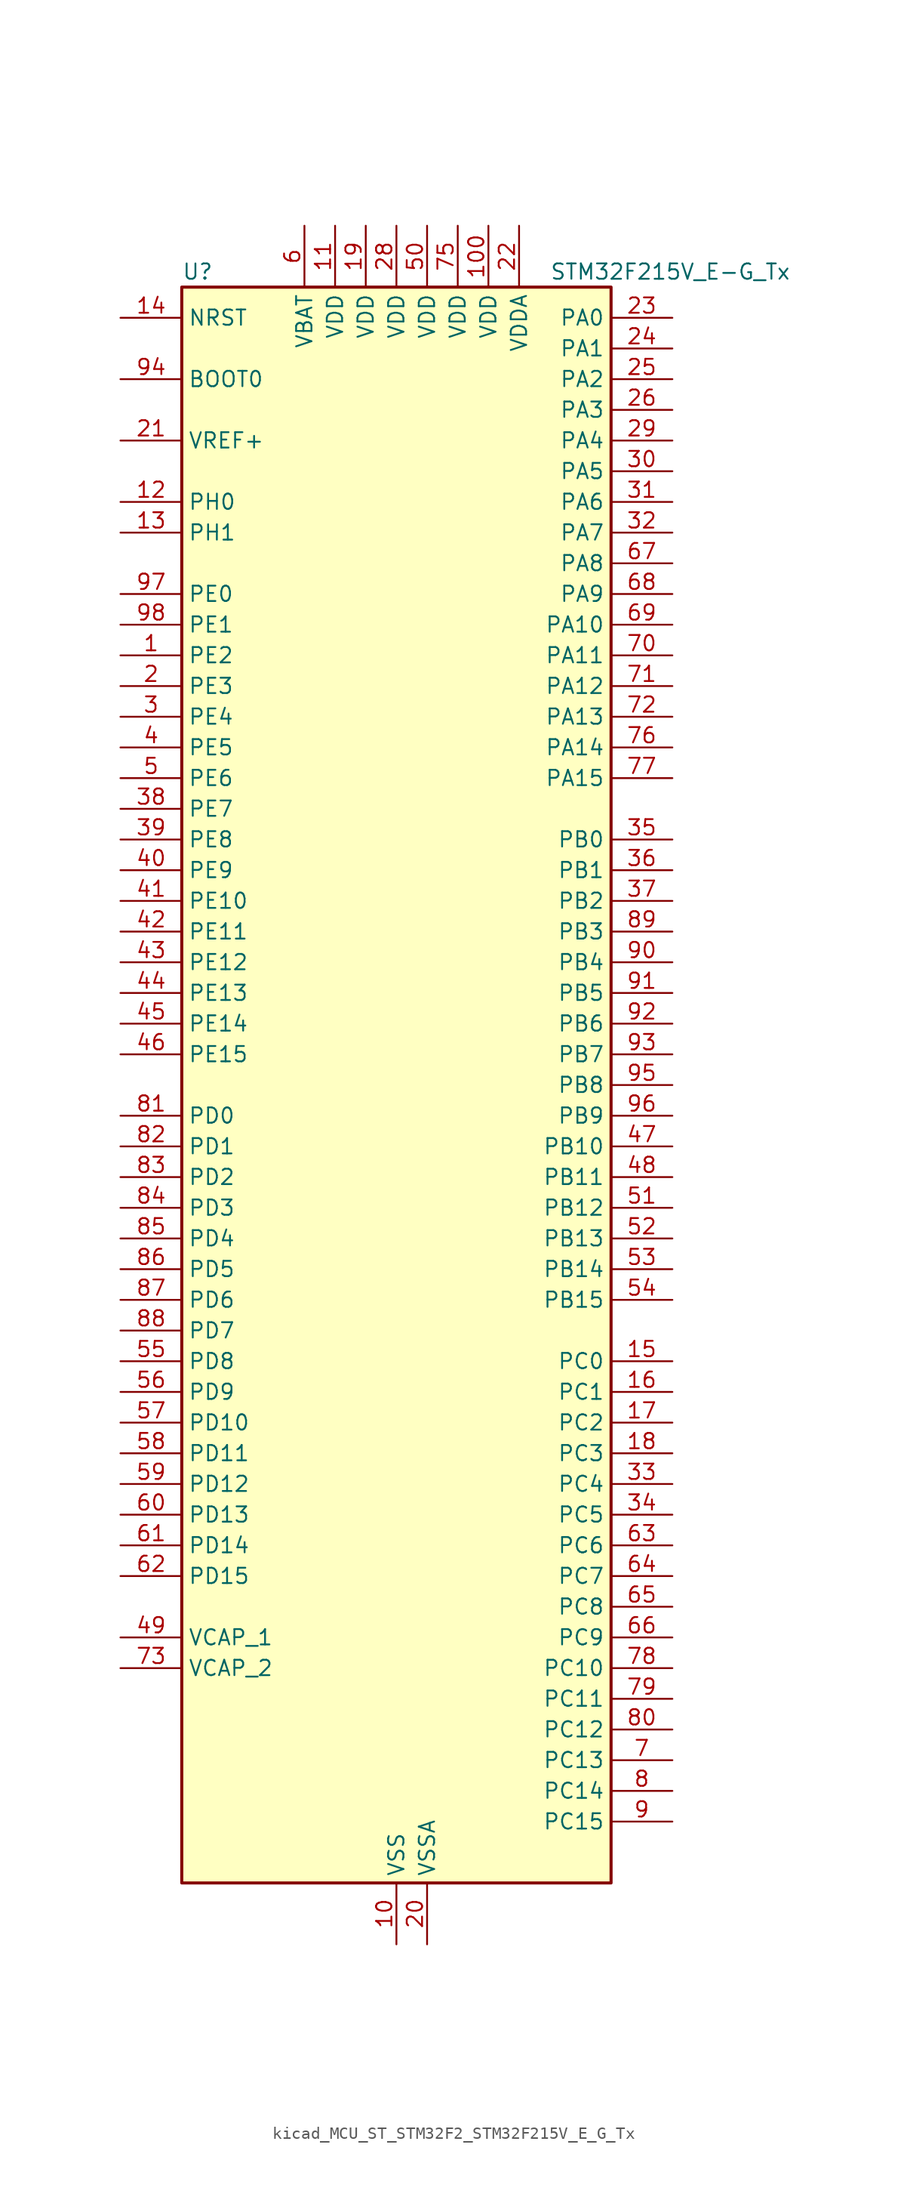
<source format=kicad_sym>
(kicad_symbol_lib
  (version 20220914)
  (generator kicad_symbol_editor)
  (symbol "kicad_MCU_ST_STM32F2_STM32F215V_E_G_Tx"
    (property "Reference" "U"
      (at -17.78 67.31 0)
      (effects (font (size 1.27 1.27)) (justify left)))
    (property "Value" "STM32F215V_E-G_Tx"
      (at 12.7 67.31 0)
      (effects (font (size 1.27 1.27)) (justify left)))
    (property "ki_locked" ""
      (at 0 0 0)
      (effects (font (size 1.27 1.27))))
    (symbol "kicad_MCU_ST_STM32F2_STM32F215V_E_G_Tx_0_1"
      (rectangle (start -17.78 -66.04) (end 17.78 66.04) (stroke (width 0.254) (type default)) (fill (type background))))
    (symbol "kicad_MCU_ST_STM32F2_STM32F215V_E_G_Tx_1_1"
      (pin bidirectional line (at -22.86 35.56 0) (length 5.08) (name "PE2" (effects (font (size 1.27 1.27)))) (number "1" (effects (font (size 1.27 1.27)))) (alternate "FSMC_A23" bidirectional line) (alternate "SYS_TRACECLK" bidirectional line))
      (pin power_in line (at 0 -71.12 90) (length 5.08) (name "VSS" (effects (font (size 1.27 1.27)))) (number "10" (effects (font (size 1.27 1.27)))))
      (pin power_in line (at 7.62 71.12 270) (length 5.08) (name "VDD" (effects (font (size 1.27 1.27)))) (number "100" (effects (font (size 1.27 1.27)))))
      (pin power_in line (at -5.08 71.12 270) (length 5.08) (name "VDD" (effects (font (size 1.27 1.27)))) (number "11" (effects (font (size 1.27 1.27)))))
      (pin bidirectional line (at -22.86 48.26 0) (length 5.08) (name "PH0" (effects (font (size 1.27 1.27)))) (number "12" (effects (font (size 1.27 1.27)))) (alternate "RCC_OSC_IN" bidirectional line))
      (pin bidirectional line (at -22.86 45.72 0) (length 5.08) (name "PH1" (effects (font (size 1.27 1.27)))) (number "13" (effects (font (size 1.27 1.27)))) (alternate "RCC_OSC_OUT" bidirectional line))
      (pin input line (at -22.86 63.5 0) (length 5.08) (name "NRST" (effects (font (size 1.27 1.27)))) (number "14" (effects (font (size 1.27 1.27)))))
      (pin bidirectional line (at 22.86 -22.86 180) (length 5.08) (name "PC0" (effects (font (size 1.27 1.27)))) (number "15" (effects (font (size 1.27 1.27)))) (alternate "ADC1_IN10" bidirectional line) (alternate "ADC2_IN10" bidirectional line) (alternate "ADC3_IN10" bidirectional line) (alternate "USB_OTG_HS_ULPI_STP" bidirectional line))
      (pin bidirectional line (at 22.86 -25.4 180) (length 5.08) (name "PC1" (effects (font (size 1.27 1.27)))) (number "16" (effects (font (size 1.27 1.27)))) (alternate "ADC1_IN11" bidirectional line) (alternate "ADC2_IN11" bidirectional line) (alternate "ADC3_IN11" bidirectional line))
      (pin bidirectional line (at 22.86 -27.94 180) (length 5.08) (name "PC2" (effects (font (size 1.27 1.27)))) (number "17" (effects (font (size 1.27 1.27)))) (alternate "ADC1_IN12" bidirectional line) (alternate "ADC2_IN12" bidirectional line) (alternate "ADC3_IN12" bidirectional line) (alternate "SPI2_MISO" bidirectional line) (alternate "USB_OTG_HS_ULPI_DIR" bidirectional line))
      (pin bidirectional line (at 22.86 -30.48 180) (length 5.08) (name "PC3" (effects (font (size 1.27 1.27)))) (number "18" (effects (font (size 1.27 1.27)))) (alternate "ADC1_IN13" bidirectional line) (alternate "ADC2_IN13" bidirectional line) (alternate "ADC3_IN13" bidirectional line) (alternate "I2S2_SD" bidirectional line) (alternate "SPI2_MOSI" bidirectional line) (alternate "USB_OTG_HS_ULPI_NXT" bidirectional line))
      (pin power_in line (at -2.54 71.12 270) (length 5.08) (name "VDD" (effects (font (size 1.27 1.27)))) (number "19" (effects (font (size 1.27 1.27)))))
      (pin bidirectional line (at -22.86 33.02 0) (length 5.08) (name "PE3" (effects (font (size 1.27 1.27)))) (number "2" (effects (font (size 1.27 1.27)))) (alternate "FSMC_A19" bidirectional line) (alternate "SYS_TRACED0" bidirectional line))
      (pin power_in line (at 2.54 -71.12 90) (length 5.08) (name "VSSA" (effects (font (size 1.27 1.27)))) (number "20" (effects (font (size 1.27 1.27)))))
      (pin input line (at -22.86 53.34 0) (length 5.08) (name "VREF+" (effects (font (size 1.27 1.27)))) (number "21" (effects (font (size 1.27 1.27)))))
      (pin power_in line (at 10.16 71.12 270) (length 5.08) (name "VDDA" (effects (font (size 1.27 1.27)))) (number "22" (effects (font (size 1.27 1.27)))))
      (pin bidirectional line (at 22.86 63.5 180) (length 5.08) (name "PA0" (effects (font (size 1.27 1.27)))) (number "23" (effects (font (size 1.27 1.27)))) (alternate "ADC1_IN0" bidirectional line) (alternate "ADC2_IN0" bidirectional line) (alternate "ADC3_IN0" bidirectional line) (alternate "SYS_WKUP" bidirectional line) (alternate "TIM2_CH1" bidirectional line) (alternate "TIM2_ETR" bidirectional line) (alternate "TIM5_CH1" bidirectional line) (alternate "TIM8_ETR" bidirectional line) (alternate "UART4_TX" bidirectional line) (alternate "USART2_CTS" bidirectional line))
      (pin bidirectional line (at 22.86 60.96 180) (length 5.08) (name "PA1" (effects (font (size 1.27 1.27)))) (number "24" (effects (font (size 1.27 1.27)))) (alternate "ADC1_IN1" bidirectional line) (alternate "ADC2_IN1" bidirectional line) (alternate "ADC3_IN1" bidirectional line) (alternate "TIM2_CH2" bidirectional line) (alternate "TIM5_CH2" bidirectional line) (alternate "UART4_RX" bidirectional line) (alternate "USART2_RTS" bidirectional line))
      (pin bidirectional line (at 22.86 58.42 180) (length 5.08) (name "PA2" (effects (font (size 1.27 1.27)))) (number "25" (effects (font (size 1.27 1.27)))) (alternate "ADC1_IN2" bidirectional line) (alternate "ADC2_IN2" bidirectional line) (alternate "ADC3_IN2" bidirectional line) (alternate "TIM2_CH3" bidirectional line) (alternate "TIM5_CH3" bidirectional line) (alternate "TIM9_CH1" bidirectional line) (alternate "USART2_TX" bidirectional line))
      (pin bidirectional line (at 22.86 55.88 180) (length 5.08) (name "PA3" (effects (font (size 1.27 1.27)))) (number "26" (effects (font (size 1.27 1.27)))) (alternate "ADC1_IN3" bidirectional line) (alternate "ADC2_IN3" bidirectional line) (alternate "ADC3_IN3" bidirectional line) (alternate "TIM2_CH4" bidirectional line) (alternate "TIM5_CH4" bidirectional line) (alternate "TIM9_CH2" bidirectional line) (alternate "USART2_RX" bidirectional line) (alternate "USB_OTG_HS_ULPI_D0" bidirectional line))
      (pin passive line (at 0 -71.12 90) (length 5.08) hide (name "VSS" (effects (font (size 1.27 1.27)))) (number "27" (effects (font (size 1.27 1.27)))))
      (pin power_in line (at 0 71.12 270) (length 5.08) (name "VDD" (effects (font (size 1.27 1.27)))) (number "28" (effects (font (size 1.27 1.27)))))
      (pin bidirectional line (at 22.86 53.34 180) (length 5.08) (name "PA4" (effects (font (size 1.27 1.27)))) (number "29" (effects (font (size 1.27 1.27)))) (alternate "ADC1_IN4" bidirectional line) (alternate "ADC2_IN4" bidirectional line) (alternate "DAC_OUT1" bidirectional line) (alternate "I2S3_WS" bidirectional line) (alternate "SPI1_NSS" bidirectional line) (alternate "SPI3_NSS" bidirectional line) (alternate "USART2_CK" bidirectional line) (alternate "USB_OTG_HS_SOF" bidirectional line))
      (pin bidirectional line (at -22.86 30.48 0) (length 5.08) (name "PE4" (effects (font (size 1.27 1.27)))) (number "3" (effects (font (size 1.27 1.27)))) (alternate "FSMC_A20" bidirectional line) (alternate "SYS_TRACED1" bidirectional line))
      (pin bidirectional line (at 22.86 50.8 180) (length 5.08) (name "PA5" (effects (font (size 1.27 1.27)))) (number "30" (effects (font (size 1.27 1.27)))) (alternate "ADC1_IN5" bidirectional line) (alternate "ADC2_IN5" bidirectional line) (alternate "DAC_OUT2" bidirectional line) (alternate "SPI1_SCK" bidirectional line) (alternate "TIM2_CH1" bidirectional line) (alternate "TIM2_ETR" bidirectional line) (alternate "TIM8_CH1N" bidirectional line) (alternate "USB_OTG_HS_ULPI_CK" bidirectional line))
      (pin bidirectional line (at 22.86 48.26 180) (length 5.08) (name "PA6" (effects (font (size 1.27 1.27)))) (number "31" (effects (font (size 1.27 1.27)))) (alternate "ADC1_IN6" bidirectional line) (alternate "ADC2_IN6" bidirectional line) (alternate "SPI1_MISO" bidirectional line) (alternate "TIM13_CH1" bidirectional line) (alternate "TIM1_BKIN" bidirectional line) (alternate "TIM3_CH1" bidirectional line) (alternate "TIM8_BKIN" bidirectional line))
      (pin bidirectional line (at 22.86 45.72 180) (length 5.08) (name "PA7" (effects (font (size 1.27 1.27)))) (number "32" (effects (font (size 1.27 1.27)))) (alternate "ADC1_IN7" bidirectional line) (alternate "ADC2_IN7" bidirectional line) (alternate "SPI1_MOSI" bidirectional line) (alternate "TIM14_CH1" bidirectional line) (alternate "TIM1_CH1N" bidirectional line) (alternate "TIM3_CH2" bidirectional line) (alternate "TIM8_CH1N" bidirectional line))
      (pin bidirectional line (at 22.86 -33.02 180) (length 5.08) (name "PC4" (effects (font (size 1.27 1.27)))) (number "33" (effects (font (size 1.27 1.27)))) (alternate "ADC1_IN14" bidirectional line) (alternate "ADC2_IN14" bidirectional line))
      (pin bidirectional line (at 22.86 -35.56 180) (length 5.08) (name "PC5" (effects (font (size 1.27 1.27)))) (number "34" (effects (font (size 1.27 1.27)))) (alternate "ADC1_IN15" bidirectional line) (alternate "ADC2_IN15" bidirectional line))
      (pin bidirectional line (at 22.86 20.32 180) (length 5.08) (name "PB0" (effects (font (size 1.27 1.27)))) (number "35" (effects (font (size 1.27 1.27)))) (alternate "ADC1_IN8" bidirectional line) (alternate "ADC2_IN8" bidirectional line) (alternate "TIM1_CH2N" bidirectional line) (alternate "TIM3_CH3" bidirectional line) (alternate "TIM8_CH2N" bidirectional line) (alternate "USB_OTG_HS_ULPI_D1" bidirectional line))
      (pin bidirectional line (at 22.86 17.78 180) (length 5.08) (name "PB1" (effects (font (size 1.27 1.27)))) (number "36" (effects (font (size 1.27 1.27)))) (alternate "ADC1_IN9" bidirectional line) (alternate "ADC2_IN9" bidirectional line) (alternate "TIM1_CH3N" bidirectional line) (alternate "TIM3_CH4" bidirectional line) (alternate "TIM8_CH3N" bidirectional line) (alternate "USB_OTG_HS_ULPI_D2" bidirectional line))
      (pin bidirectional line (at 22.86 15.24 180) (length 5.08) (name "PB2" (effects (font (size 1.27 1.27)))) (number "37" (effects (font (size 1.27 1.27)))))
      (pin bidirectional line (at -22.86 22.86 0) (length 5.08) (name "PE7" (effects (font (size 1.27 1.27)))) (number "38" (effects (font (size 1.27 1.27)))) (alternate "FSMC_D4" bidirectional line) (alternate "FSMC_DA4" bidirectional line) (alternate "TIM1_ETR" bidirectional line))
      (pin bidirectional line (at -22.86 20.32 0) (length 5.08) (name "PE8" (effects (font (size 1.27 1.27)))) (number "39" (effects (font (size 1.27 1.27)))) (alternate "FSMC_D5" bidirectional line) (alternate "FSMC_DA5" bidirectional line) (alternate "TIM1_CH1N" bidirectional line))
      (pin bidirectional line (at -22.86 27.94 0) (length 5.08) (name "PE5" (effects (font (size 1.27 1.27)))) (number "4" (effects (font (size 1.27 1.27)))) (alternate "FSMC_A21" bidirectional line) (alternate "SYS_TRACED2" bidirectional line) (alternate "TIM9_CH1" bidirectional line))
      (pin bidirectional line (at -22.86 17.78 0) (length 5.08) (name "PE9" (effects (font (size 1.27 1.27)))) (number "40" (effects (font (size 1.27 1.27)))) (alternate "DAC_EXTI9" bidirectional line) (alternate "FSMC_D6" bidirectional line) (alternate "FSMC_DA6" bidirectional line) (alternate "TIM1_CH1" bidirectional line))
      (pin bidirectional line (at -22.86 15.24 0) (length 5.08) (name "PE10" (effects (font (size 1.27 1.27)))) (number "41" (effects (font (size 1.27 1.27)))) (alternate "FSMC_D7" bidirectional line) (alternate "FSMC_DA7" bidirectional line) (alternate "TIM1_CH2N" bidirectional line))
      (pin bidirectional line (at -22.86 12.7 0) (length 5.08) (name "PE11" (effects (font (size 1.27 1.27)))) (number "42" (effects (font (size 1.27 1.27)))) (alternate "ADC1_EXTI11" bidirectional line) (alternate "ADC2_EXTI11" bidirectional line) (alternate "ADC3_EXTI11" bidirectional line) (alternate "FSMC_D8" bidirectional line) (alternate "FSMC_DA8" bidirectional line) (alternate "TIM1_CH2" bidirectional line))
      (pin bidirectional line (at -22.86 10.16 0) (length 5.08) (name "PE12" (effects (font (size 1.27 1.27)))) (number "43" (effects (font (size 1.27 1.27)))) (alternate "FSMC_D9" bidirectional line) (alternate "FSMC_DA9" bidirectional line) (alternate "TIM1_CH3N" bidirectional line))
      (pin bidirectional line (at -22.86 7.62 0) (length 5.08) (name "PE13" (effects (font (size 1.27 1.27)))) (number "44" (effects (font (size 1.27 1.27)))) (alternate "FSMC_D10" bidirectional line) (alternate "FSMC_DA10" bidirectional line) (alternate "TIM1_CH3" bidirectional line))
      (pin bidirectional line (at -22.86 5.08 0) (length 5.08) (name "PE14" (effects (font (size 1.27 1.27)))) (number "45" (effects (font (size 1.27 1.27)))) (alternate "FSMC_D11" bidirectional line) (alternate "FSMC_DA11" bidirectional line) (alternate "TIM1_CH4" bidirectional line))
      (pin bidirectional line (at -22.86 2.54 0) (length 5.08) (name "PE15" (effects (font (size 1.27 1.27)))) (number "46" (effects (font (size 1.27 1.27)))) (alternate "ADC1_EXTI15" bidirectional line) (alternate "ADC2_EXTI15" bidirectional line) (alternate "ADC3_EXTI15" bidirectional line) (alternate "FSMC_D12" bidirectional line) (alternate "FSMC_DA12" bidirectional line) (alternate "TIM1_BKIN" bidirectional line))
      (pin bidirectional line (at 22.86 -5.08 180) (length 5.08) (name "PB10" (effects (font (size 1.27 1.27)))) (number "47" (effects (font (size 1.27 1.27)))) (alternate "I2C2_SCL" bidirectional line) (alternate "I2S2_SCK" bidirectional line) (alternate "SPI2_SCK" bidirectional line) (alternate "TIM2_CH3" bidirectional line) (alternate "USART3_TX" bidirectional line) (alternate "USB_OTG_HS_ULPI_D3" bidirectional line))
      (pin bidirectional line (at 22.86 -7.62 180) (length 5.08) (name "PB11" (effects (font (size 1.27 1.27)))) (number "48" (effects (font (size 1.27 1.27)))) (alternate "ADC1_EXTI11" bidirectional line) (alternate "ADC2_EXTI11" bidirectional line) (alternate "ADC3_EXTI11" bidirectional line) (alternate "I2C2_SDA" bidirectional line) (alternate "TIM2_CH4" bidirectional line) (alternate "USART3_RX" bidirectional line) (alternate "USB_OTG_HS_ULPI_D4" bidirectional line))
      (pin power_out line (at -22.86 -45.72 0) (length 5.08) (name "VCAP_1" (effects (font (size 1.27 1.27)))) (number "49" (effects (font (size 1.27 1.27)))))
      (pin bidirectional line (at -22.86 25.4 0) (length 5.08) (name "PE6" (effects (font (size 1.27 1.27)))) (number "5" (effects (font (size 1.27 1.27)))) (alternate "FSMC_A22" bidirectional line) (alternate "SYS_TRACED3" bidirectional line) (alternate "TIM9_CH2" bidirectional line))
      (pin power_in line (at 2.54 71.12 270) (length 5.08) (name "VDD" (effects (font (size 1.27 1.27)))) (number "50" (effects (font (size 1.27 1.27)))))
      (pin bidirectional line (at 22.86 -10.16 180) (length 5.08) (name "PB12" (effects (font (size 1.27 1.27)))) (number "51" (effects (font (size 1.27 1.27)))) (alternate "CAN2_RX" bidirectional line) (alternate "I2C2_SMBA" bidirectional line) (alternate "I2S2_WS" bidirectional line) (alternate "SPI2_NSS" bidirectional line) (alternate "TIM1_BKIN" bidirectional line) (alternate "USART3_CK" bidirectional line) (alternate "USB_OTG_HS_ID" bidirectional line) (alternate "USB_OTG_HS_ULPI_D5" bidirectional line))
      (pin bidirectional line (at 22.86 -12.7 180) (length 5.08) (name "PB13" (effects (font (size 1.27 1.27)))) (number "52" (effects (font (size 1.27 1.27)))) (alternate "CAN2_TX" bidirectional line) (alternate "I2S2_SCK" bidirectional line) (alternate "SPI2_SCK" bidirectional line) (alternate "TIM1_CH1N" bidirectional line) (alternate "USART3_CTS" bidirectional line) (alternate "USB_OTG_HS_ULPI_D6" bidirectional line) (alternate "USB_OTG_HS_VBUS" bidirectional line))
      (pin bidirectional line (at 22.86 -15.24 180) (length 5.08) (name "PB14" (effects (font (size 1.27 1.27)))) (number "53" (effects (font (size 1.27 1.27)))) (alternate "SPI2_MISO" bidirectional line) (alternate "TIM12_CH1" bidirectional line) (alternate "TIM1_CH2N" bidirectional line) (alternate "TIM8_CH2N" bidirectional line) (alternate "USART3_RTS" bidirectional line) (alternate "USB_OTG_HS_DM" bidirectional line))
      (pin bidirectional line (at 22.86 -17.78 180) (length 5.08) (name "PB15" (effects (font (size 1.27 1.27)))) (number "54" (effects (font (size 1.27 1.27)))) (alternate "ADC1_EXTI15" bidirectional line) (alternate "ADC2_EXTI15" bidirectional line) (alternate "ADC3_EXTI15" bidirectional line) (alternate "I2S2_SD" bidirectional line) (alternate "RTC_REFIN" bidirectional line) (alternate "SPI2_MOSI" bidirectional line) (alternate "TIM12_CH2" bidirectional line) (alternate "TIM1_CH3N" bidirectional line) (alternate "TIM8_CH3N" bidirectional line) (alternate "USB_OTG_HS_DP" bidirectional line))
      (pin bidirectional line (at -22.86 -22.86 0) (length 5.08) (name "PD8" (effects (font (size 1.27 1.27)))) (number "55" (effects (font (size 1.27 1.27)))) (alternate "FSMC_D13" bidirectional line) (alternate "FSMC_DA13" bidirectional line) (alternate "USART3_TX" bidirectional line))
      (pin bidirectional line (at -22.86 -25.4 0) (length 5.08) (name "PD9" (effects (font (size 1.27 1.27)))) (number "56" (effects (font (size 1.27 1.27)))) (alternate "DAC_EXTI9" bidirectional line) (alternate "FSMC_D14" bidirectional line) (alternate "FSMC_DA14" bidirectional line) (alternate "USART3_RX" bidirectional line))
      (pin bidirectional line (at -22.86 -27.94 0) (length 5.08) (name "PD10" (effects (font (size 1.27 1.27)))) (number "57" (effects (font (size 1.27 1.27)))) (alternate "FSMC_D15" bidirectional line) (alternate "FSMC_DA15" bidirectional line) (alternate "USART3_CK" bidirectional line))
      (pin bidirectional line (at -22.86 -30.48 0) (length 5.08) (name "PD11" (effects (font (size 1.27 1.27)))) (number "58" (effects (font (size 1.27 1.27)))) (alternate "ADC1_EXTI11" bidirectional line) (alternate "ADC2_EXTI11" bidirectional line) (alternate "ADC3_EXTI11" bidirectional line) (alternate "FSMC_A16" bidirectional line) (alternate "FSMC_CLE" bidirectional line) (alternate "USART3_CTS" bidirectional line))
      (pin bidirectional line (at -22.86 -33.02 0) (length 5.08) (name "PD12" (effects (font (size 1.27 1.27)))) (number "59" (effects (font (size 1.27 1.27)))) (alternate "FSMC_A17" bidirectional line) (alternate "FSMC_ALE" bidirectional line) (alternate "TIM4_CH1" bidirectional line) (alternate "USART3_RTS" bidirectional line))
      (pin power_in line (at -7.62 71.12 270) (length 5.08) (name "VBAT" (effects (font (size 1.27 1.27)))) (number "6" (effects (font (size 1.27 1.27)))))
      (pin bidirectional line (at -22.86 -35.56 0) (length 5.08) (name "PD13" (effects (font (size 1.27 1.27)))) (number "60" (effects (font (size 1.27 1.27)))) (alternate "FSMC_A18" bidirectional line) (alternate "TIM4_CH2" bidirectional line))
      (pin bidirectional line (at -22.86 -38.1 0) (length 5.08) (name "PD14" (effects (font (size 1.27 1.27)))) (number "61" (effects (font (size 1.27 1.27)))) (alternate "FSMC_D0" bidirectional line) (alternate "FSMC_DA0" bidirectional line) (alternate "TIM4_CH3" bidirectional line))
      (pin bidirectional line (at -22.86 -40.64 0) (length 5.08) (name "PD15" (effects (font (size 1.27 1.27)))) (number "62" (effects (font (size 1.27 1.27)))) (alternate "ADC1_EXTI15" bidirectional line) (alternate "ADC2_EXTI15" bidirectional line) (alternate "ADC3_EXTI15" bidirectional line) (alternate "FSMC_D1" bidirectional line) (alternate "FSMC_DA1" bidirectional line) (alternate "TIM4_CH4" bidirectional line))
      (pin bidirectional line (at 22.86 -38.1 180) (length 5.08) (name "PC6" (effects (font (size 1.27 1.27)))) (number "63" (effects (font (size 1.27 1.27)))) (alternate "I2S2_MCK" bidirectional line) (alternate "SDIO_D6" bidirectional line) (alternate "TIM3_CH1" bidirectional line) (alternate "TIM8_CH1" bidirectional line) (alternate "USART6_TX" bidirectional line))
      (pin bidirectional line (at 22.86 -40.64 180) (length 5.08) (name "PC7" (effects (font (size 1.27 1.27)))) (number "64" (effects (font (size 1.27 1.27)))) (alternate "I2S3_MCK" bidirectional line) (alternate "SDIO_D7" bidirectional line) (alternate "TIM3_CH2" bidirectional line) (alternate "TIM8_CH2" bidirectional line) (alternate "USART6_RX" bidirectional line))
      (pin bidirectional line (at 22.86 -43.18 180) (length 5.08) (name "PC8" (effects (font (size 1.27 1.27)))) (number "65" (effects (font (size 1.27 1.27)))) (alternate "SDIO_D0" bidirectional line) (alternate "TIM3_CH3" bidirectional line) (alternate "TIM8_CH3" bidirectional line) (alternate "USART6_CK" bidirectional line))
      (pin bidirectional line (at 22.86 -45.72 180) (length 5.08) (name "PC9" (effects (font (size 1.27 1.27)))) (number "66" (effects (font (size 1.27 1.27)))) (alternate "DAC_EXTI9" bidirectional line) (alternate "I2C3_SDA" bidirectional line) (alternate "I2S_CKIN" bidirectional line) (alternate "RCC_MCO_2" bidirectional line) (alternate "SDIO_D1" bidirectional line) (alternate "TIM3_CH4" bidirectional line) (alternate "TIM8_CH4" bidirectional line))
      (pin bidirectional line (at 22.86 43.18 180) (length 5.08) (name "PA8" (effects (font (size 1.27 1.27)))) (number "67" (effects (font (size 1.27 1.27)))) (alternate "I2C3_SCL" bidirectional line) (alternate "RCC_MCO_1" bidirectional line) (alternate "TIM1_CH1" bidirectional line) (alternate "USART1_CK" bidirectional line) (alternate "USB_OTG_FS_SOF" bidirectional line))
      (pin bidirectional line (at 22.86 40.64 180) (length 5.08) (name "PA9" (effects (font (size 1.27 1.27)))) (number "68" (effects (font (size 1.27 1.27)))) (alternate "DAC_EXTI9" bidirectional line) (alternate "I2C3_SMBA" bidirectional line) (alternate "TIM1_CH2" bidirectional line) (alternate "USART1_TX" bidirectional line) (alternate "USB_OTG_FS_VBUS" bidirectional line))
      (pin bidirectional line (at 22.86 38.1 180) (length 5.08) (name "PA10" (effects (font (size 1.27 1.27)))) (number "69" (effects (font (size 1.27 1.27)))) (alternate "TIM1_CH3" bidirectional line) (alternate "USART1_RX" bidirectional line) (alternate "USB_OTG_FS_ID" bidirectional line))
      (pin bidirectional line (at 22.86 -55.88 180) (length 5.08) (name "PC13" (effects (font (size 1.27 1.27)))) (number "7" (effects (font (size 1.27 1.27)))) (alternate "RTC_AF1" bidirectional line))
      (pin bidirectional line (at 22.86 35.56 180) (length 5.08) (name "PA11" (effects (font (size 1.27 1.27)))) (number "70" (effects (font (size 1.27 1.27)))) (alternate "ADC1_EXTI11" bidirectional line) (alternate "ADC2_EXTI11" bidirectional line) (alternate "ADC3_EXTI11" bidirectional line) (alternate "CAN1_RX" bidirectional line) (alternate "TIM1_CH4" bidirectional line) (alternate "USART1_CTS" bidirectional line) (alternate "USB_OTG_FS_DM" bidirectional line))
      (pin bidirectional line (at 22.86 33.02 180) (length 5.08) (name "PA12" (effects (font (size 1.27 1.27)))) (number "71" (effects (font (size 1.27 1.27)))) (alternate "CAN1_TX" bidirectional line) (alternate "TIM1_ETR" bidirectional line) (alternate "USART1_RTS" bidirectional line) (alternate "USB_OTG_FS_DP" bidirectional line))
      (pin bidirectional line (at 22.86 30.48 180) (length 5.08) (name "PA13" (effects (font (size 1.27 1.27)))) (number "72" (effects (font (size 1.27 1.27)))) (alternate "SYS_JTMS-SWDIO" bidirectional line))
      (pin power_out line (at -22.86 -48.26 0) (length 5.08) (name "VCAP_2" (effects (font (size 1.27 1.27)))) (number "73" (effects (font (size 1.27 1.27)))))
      (pin passive line (at 0 -71.12 90) (length 5.08) hide (name "VSS" (effects (font (size 1.27 1.27)))) (number "74" (effects (font (size 1.27 1.27)))))
      (pin power_in line (at 5.08 71.12 270) (length 5.08) (name "VDD" (effects (font (size 1.27 1.27)))) (number "75" (effects (font (size 1.27 1.27)))))
      (pin bidirectional line (at 22.86 27.94 180) (length 5.08) (name "PA14" (effects (font (size 1.27 1.27)))) (number "76" (effects (font (size 1.27 1.27)))) (alternate "SYS_JTCK-SWCLK" bidirectional line))
      (pin bidirectional line (at 22.86 25.4 180) (length 5.08) (name "PA15" (effects (font (size 1.27 1.27)))) (number "77" (effects (font (size 1.27 1.27)))) (alternate "ADC1_EXTI15" bidirectional line) (alternate "ADC2_EXTI15" bidirectional line) (alternate "ADC3_EXTI15" bidirectional line) (alternate "I2S3_WS" bidirectional line) (alternate "SPI1_NSS" bidirectional line) (alternate "SPI3_NSS" bidirectional line) (alternate "SYS_JTDI" bidirectional line) (alternate "TIM2_CH1" bidirectional line) (alternate "TIM2_ETR" bidirectional line))
      (pin bidirectional line (at 22.86 -48.26 180) (length 5.08) (name "PC10" (effects (font (size 1.27 1.27)))) (number "78" (effects (font (size 1.27 1.27)))) (alternate "I2S3_SCK" bidirectional line) (alternate "SDIO_D2" bidirectional line) (alternate "SPI3_SCK" bidirectional line) (alternate "UART4_TX" bidirectional line) (alternate "USART3_TX" bidirectional line))
      (pin bidirectional line (at 22.86 -50.8 180) (length 5.08) (name "PC11" (effects (font (size 1.27 1.27)))) (number "79" (effects (font (size 1.27 1.27)))) (alternate "ADC1_EXTI11" bidirectional line) (alternate "ADC2_EXTI11" bidirectional line) (alternate "ADC3_EXTI11" bidirectional line) (alternate "SDIO_D3" bidirectional line) (alternate "SPI3_MISO" bidirectional line) (alternate "UART4_RX" bidirectional line) (alternate "USART3_RX" bidirectional line))
      (pin bidirectional line (at 22.86 -58.42 180) (length 5.08) (name "PC14" (effects (font (size 1.27 1.27)))) (number "8" (effects (font (size 1.27 1.27)))) (alternate "RCC_OSC32_IN" bidirectional line))
      (pin bidirectional line (at 22.86 -53.34 180) (length 5.08) (name "PC12" (effects (font (size 1.27 1.27)))) (number "80" (effects (font (size 1.27 1.27)))) (alternate "I2S3_SD" bidirectional line) (alternate "SDIO_CK" bidirectional line) (alternate "SPI3_MOSI" bidirectional line) (alternate "UART5_TX" bidirectional line) (alternate "USART3_CK" bidirectional line))
      (pin bidirectional line (at -22.86 -2.54 0) (length 5.08) (name "PD0" (effects (font (size 1.27 1.27)))) (number "81" (effects (font (size 1.27 1.27)))) (alternate "CAN1_RX" bidirectional line) (alternate "FSMC_D2" bidirectional line) (alternate "FSMC_DA2" bidirectional line))
      (pin bidirectional line (at -22.86 -5.08 0) (length 5.08) (name "PD1" (effects (font (size 1.27 1.27)))) (number "82" (effects (font (size 1.27 1.27)))) (alternate "CAN1_TX" bidirectional line) (alternate "FSMC_D3" bidirectional line) (alternate "FSMC_DA3" bidirectional line))
      (pin bidirectional line (at -22.86 -7.62 0) (length 5.08) (name "PD2" (effects (font (size 1.27 1.27)))) (number "83" (effects (font (size 1.27 1.27)))) (alternate "SDIO_CMD" bidirectional line) (alternate "TIM3_ETR" bidirectional line) (alternate "UART5_RX" bidirectional line))
      (pin bidirectional line (at -22.86 -10.16 0) (length 5.08) (name "PD3" (effects (font (size 1.27 1.27)))) (number "84" (effects (font (size 1.27 1.27)))) (alternate "FSMC_CLK" bidirectional line) (alternate "USART2_CTS" bidirectional line))
      (pin bidirectional line (at -22.86 -12.7 0) (length 5.08) (name "PD4" (effects (font (size 1.27 1.27)))) (number "85" (effects (font (size 1.27 1.27)))) (alternate "FSMC_NOE" bidirectional line) (alternate "USART2_RTS" bidirectional line))
      (pin bidirectional line (at -22.86 -15.24 0) (length 5.08) (name "PD5" (effects (font (size 1.27 1.27)))) (number "86" (effects (font (size 1.27 1.27)))) (alternate "FSMC_NWE" bidirectional line) (alternate "USART2_TX" bidirectional line))
      (pin bidirectional line (at -22.86 -17.78 0) (length 5.08) (name "PD6" (effects (font (size 1.27 1.27)))) (number "87" (effects (font (size 1.27 1.27)))) (alternate "FSMC_NWAIT" bidirectional line) (alternate "USART2_RX" bidirectional line))
      (pin bidirectional line (at -22.86 -20.32 0) (length 5.08) (name "PD7" (effects (font (size 1.27 1.27)))) (number "88" (effects (font (size 1.27 1.27)))) (alternate "FSMC_NCE2" bidirectional line) (alternate "FSMC_NE1" bidirectional line) (alternate "USART2_CK" bidirectional line))
      (pin bidirectional line (at 22.86 12.7 180) (length 5.08) (name "PB3" (effects (font (size 1.27 1.27)))) (number "89" (effects (font (size 1.27 1.27)))) (alternate "I2S3_SCK" bidirectional line) (alternate "SPI1_SCK" bidirectional line) (alternate "SPI3_SCK" bidirectional line) (alternate "SYS_JTDO-SWO" bidirectional line) (alternate "TIM2_CH2" bidirectional line))
      (pin bidirectional line (at 22.86 -60.96 180) (length 5.08) (name "PC15" (effects (font (size 1.27 1.27)))) (number "9" (effects (font (size 1.27 1.27)))) (alternate "ADC1_EXTI15" bidirectional line) (alternate "ADC2_EXTI15" bidirectional line) (alternate "ADC3_EXTI15" bidirectional line) (alternate "RCC_OSC32_OUT" bidirectional line))
      (pin bidirectional line (at 22.86 10.16 180) (length 5.08) (name "PB4" (effects (font (size 1.27 1.27)))) (number "90" (effects (font (size 1.27 1.27)))) (alternate "SPI1_MISO" bidirectional line) (alternate "SPI3_MISO" bidirectional line) (alternate "SYS_JTRST" bidirectional line) (alternate "TIM3_CH1" bidirectional line))
      (pin bidirectional line (at 22.86 7.62 180) (length 5.08) (name "PB5" (effects (font (size 1.27 1.27)))) (number "91" (effects (font (size 1.27 1.27)))) (alternate "CAN2_RX" bidirectional line) (alternate "I2C1_SMBA" bidirectional line) (alternate "I2S3_SD" bidirectional line) (alternate "SPI1_MOSI" bidirectional line) (alternate "SPI3_MOSI" bidirectional line) (alternate "TIM3_CH2" bidirectional line) (alternate "USB_OTG_HS_ULPI_D7" bidirectional line))
      (pin bidirectional line (at 22.86 5.08 180) (length 5.08) (name "PB6" (effects (font (size 1.27 1.27)))) (number "92" (effects (font (size 1.27 1.27)))) (alternate "CAN2_TX" bidirectional line) (alternate "I2C1_SCL" bidirectional line) (alternate "TIM4_CH1" bidirectional line) (alternate "USART1_TX" bidirectional line))
      (pin bidirectional line (at 22.86 2.54 180) (length 5.08) (name "PB7" (effects (font (size 1.27 1.27)))) (number "93" (effects (font (size 1.27 1.27)))) (alternate "FSMC_NL" bidirectional line) (alternate "I2C1_SDA" bidirectional line) (alternate "TIM4_CH2" bidirectional line) (alternate "USART1_RX" bidirectional line))
      (pin input line (at -22.86 58.42 0) (length 5.08) (name "BOOT0" (effects (font (size 1.27 1.27)))) (number "94" (effects (font (size 1.27 1.27)))))
      (pin bidirectional line (at 22.86 0 180) (length 5.08) (name "PB8" (effects (font (size 1.27 1.27)))) (number "95" (effects (font (size 1.27 1.27)))) (alternate "CAN1_RX" bidirectional line) (alternate "I2C1_SCL" bidirectional line) (alternate "SDIO_D4" bidirectional line) (alternate "TIM10_CH1" bidirectional line) (alternate "TIM4_CH3" bidirectional line))
      (pin bidirectional line (at 22.86 -2.54 180) (length 5.08) (name "PB9" (effects (font (size 1.27 1.27)))) (number "96" (effects (font (size 1.27 1.27)))) (alternate "CAN1_TX" bidirectional line) (alternate "DAC_EXTI9" bidirectional line) (alternate "I2C1_SDA" bidirectional line) (alternate "I2S2_WS" bidirectional line) (alternate "SDIO_D5" bidirectional line) (alternate "SPI2_NSS" bidirectional line) (alternate "TIM11_CH1" bidirectional line) (alternate "TIM4_CH4" bidirectional line))
      (pin bidirectional line (at -22.86 40.64 0) (length 5.08) (name "PE0" (effects (font (size 1.27 1.27)))) (number "97" (effects (font (size 1.27 1.27)))) (alternate "FSMC_NBL0" bidirectional line) (alternate "TIM4_ETR" bidirectional line))
      (pin bidirectional line (at -22.86 38.1 0) (length 5.08) (name "PE1" (effects (font (size 1.27 1.27)))) (number "98" (effects (font (size 1.27 1.27)))) (alternate "FSMC_NBL1" bidirectional line))
      (pin no_connect line (at -17.78 -66.04 0) (length 5.08) hide (name "RFU" (effects (font (size 1.27 1.27)))) (number "99" (effects (font (size 1.27 1.27))))))))
</source>
